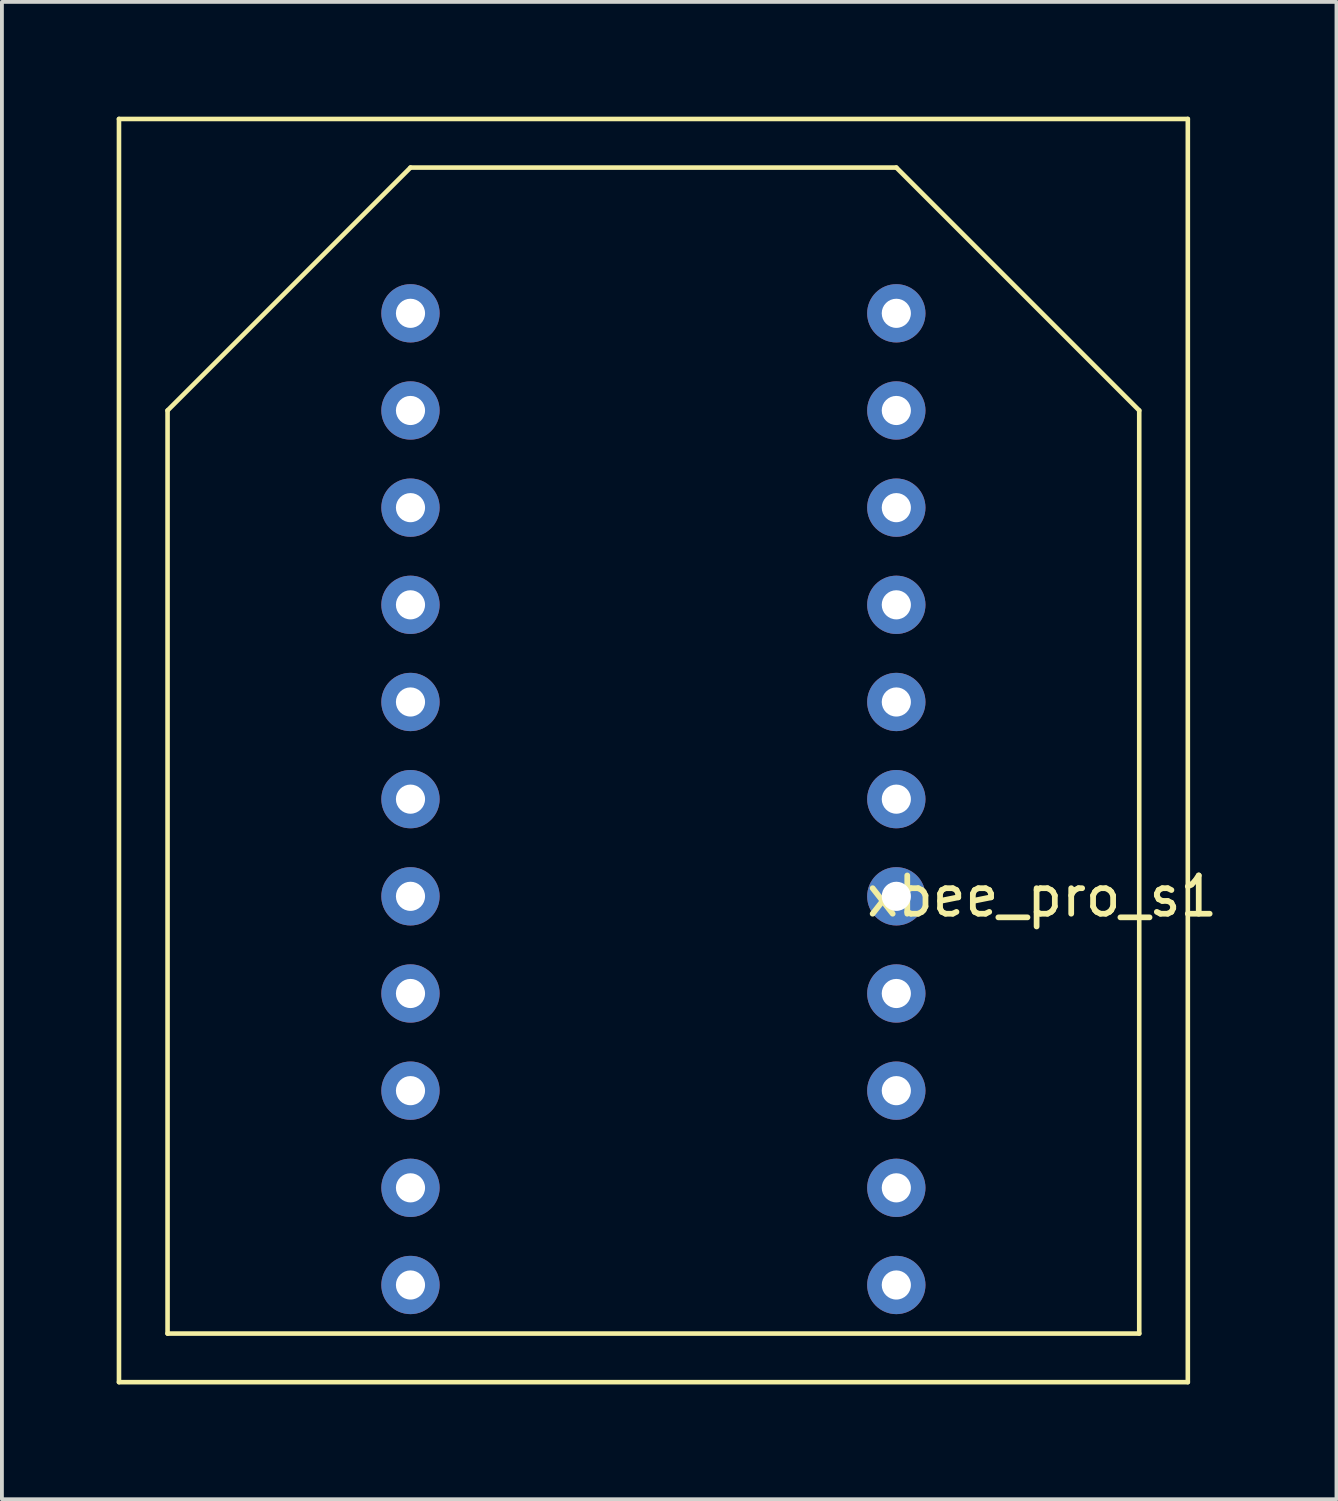
<source format=kicad_pcb>
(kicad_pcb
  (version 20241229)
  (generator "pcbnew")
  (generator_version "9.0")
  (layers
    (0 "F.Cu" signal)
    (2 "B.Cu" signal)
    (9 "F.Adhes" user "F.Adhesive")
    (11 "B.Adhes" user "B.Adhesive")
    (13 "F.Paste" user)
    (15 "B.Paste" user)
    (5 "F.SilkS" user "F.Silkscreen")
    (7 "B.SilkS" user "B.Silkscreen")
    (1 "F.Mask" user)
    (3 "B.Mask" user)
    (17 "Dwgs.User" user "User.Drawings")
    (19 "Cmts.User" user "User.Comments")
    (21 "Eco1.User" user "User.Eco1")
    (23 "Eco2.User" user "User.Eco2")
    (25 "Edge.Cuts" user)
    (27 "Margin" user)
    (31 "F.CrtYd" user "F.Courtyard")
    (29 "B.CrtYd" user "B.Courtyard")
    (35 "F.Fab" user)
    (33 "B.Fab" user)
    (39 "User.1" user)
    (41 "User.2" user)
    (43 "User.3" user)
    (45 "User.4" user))
  (footprint "xbee_pro_s1"
    (layer "F.Cu")
    (at 8.95 3.87)
    (property "Reference" "xbee_pro_s1" (at 15.24 16.51 0) (layer "F.SilkS") (effects (font (size 1 1) (thickness 0.15))))
    (attr through_hole)
    (fp_line (start -8.89 -3.81) (end 19.05 -3.81) (stroke (width 0.12) (type solid)) (layer "F.SilkS"))
    (fp_line (start -8.89 29.21) (end -8.89 -3.81) (stroke (width 0.12) (type solid)) (layer "F.SilkS"))
    (fp_line (start -7.62 3.81) (end -1.27 -2.54) (stroke (width 0.12) (type solid)) (layer "F.SilkS"))
    (fp_line (start -7.62 27.94) (end -7.62 3.81) (stroke (width 0.12) (type solid)) (layer "F.SilkS"))
    (fp_line (start -1.27 -2.54) (end 11.43 -2.54) (stroke (width 0.12) (type solid)) (layer "F.SilkS"))
    (fp_line (start 11.43 -2.54) (end 17.78 3.81) (stroke (width 0.12) (type solid)) (layer "F.SilkS"))
    (fp_line (start 17.78 3.81) (end 17.78 27.94) (stroke (width 0.12) (type solid)) (layer "F.SilkS"))
    (fp_line (start 17.78 27.94) (end -7.62 27.94) (stroke (width 0.12) (type solid)) (layer "F.SilkS"))
    (fp_line (start 19.05 -3.81) (end 19.05 29.21) (stroke (width 0.12) (type solid)) (layer "F.SilkS"))
    (fp_line (start 19.05 29.21) (end -8.89 29.21) (stroke (width 0.12) (type solid)) (layer "F.SilkS"))
    (pad "1" thru_hole circle (at -1.27 1.27) (size 1.524 1.524) (drill 0.762) (layers "*.Cu" "*.Mask"))
    (pad "2" thru_hole circle (at -1.27 3.81) (size 1.524 1.524) (drill 0.762) (layers "*.Cu" "*.Mask"))
    (pad "3" thru_hole circle (at -1.27 6.35) (size 1.524 1.524) (drill 0.762) (layers "*.Cu" "*.Mask"))
    (pad "4" thru_hole circle (at -1.27 8.89) (size 1.524 1.524) (drill 0.762) (layers "*.Cu" "*.Mask"))
    (pad "5" thru_hole circle (at -1.27 11.43) (size 1.524 1.524) (drill 0.762) (layers "*.Cu" "*.Mask"))
    (pad "6" thru_hole circle (at -1.27 13.97) (size 1.524 1.524) (drill 0.762) (layers "*.Cu" "*.Mask"))
    (pad "7" thru_hole circle (at -1.27 16.51) (size 1.524 1.524) (drill 0.762) (layers "*.Cu" "*.Mask"))
    (pad "8" thru_hole circle (at -1.27 19.05) (size 1.524 1.524) (drill 0.762) (layers "*.Cu" "*.Mask"))
    (pad "9" thru_hole circle (at -1.27 21.59) (size 1.524 1.524) (drill 0.762) (layers "*.Cu" "*.Mask"))
    (pad "10" thru_hole circle (at -1.27 24.13) (size 1.524 1.524) (drill 0.762) (layers "*.Cu" "*.Mask"))
    (pad "11" thru_hole circle (at -1.27 26.67) (size 1.524 1.524) (drill 0.762) (layers "*.Cu" "*.Mask"))
    (pad "12" thru_hole circle (at 11.43 26.67) (size 1.524 1.524) (drill 0.762) (layers "*.Cu" "*.Mask"))
    (pad "13" thru_hole circle (at 11.43 24.13) (size 1.524 1.524) (drill 0.762) (layers "*.Cu" "*.Mask"))
    (pad "14" thru_hole circle (at 11.43 21.59) (size 1.524 1.524) (drill 0.762) (layers "*.Cu" "*.Mask"))
    (pad "15" thru_hole circle (at 11.43 19.05) (size 1.524 1.524) (drill 0.762) (layers "*.Cu" "*.Mask"))
    (pad "16" thru_hole circle (at 11.43 16.51) (size 1.524 1.524) (drill 0.762) (layers "*.Cu" "*.Mask"))
    (pad "17" thru_hole circle (at 11.43 13.97) (size 1.524 1.524) (drill 0.762) (layers "*.Cu" "*.Mask"))
    (pad "18" thru_hole circle (at 11.43 11.43) (size 1.524 1.524) (drill 0.762) (layers "*.Cu" "*.Mask"))
    (pad "19" thru_hole circle (at 11.43 8.89) (size 1.524 1.524) (drill 0.762) (layers "*.Cu" "*.Mask"))
    (pad "20" thru_hole circle (at 11.43 6.35) (size 1.524 1.524) (drill 0.762) (layers "*.Cu" "*.Mask"))
    (pad "21" thru_hole circle (at 11.43 3.81) (size 1.524 1.524) (drill 0.762) (layers "*.Cu" "*.Mask"))
    (pad "22" thru_hole circle (at 11.43 1.27) (size 1.524 1.524) (drill 0.762) (layers "*.Cu" "*.Mask")))
  (gr_rect
    (start -3 -3)
    (end 31.886 36.14)
    (stroke (width 0.1) (type default))
    (fill no)
    (layer "Edge.Cuts")))
</source>
